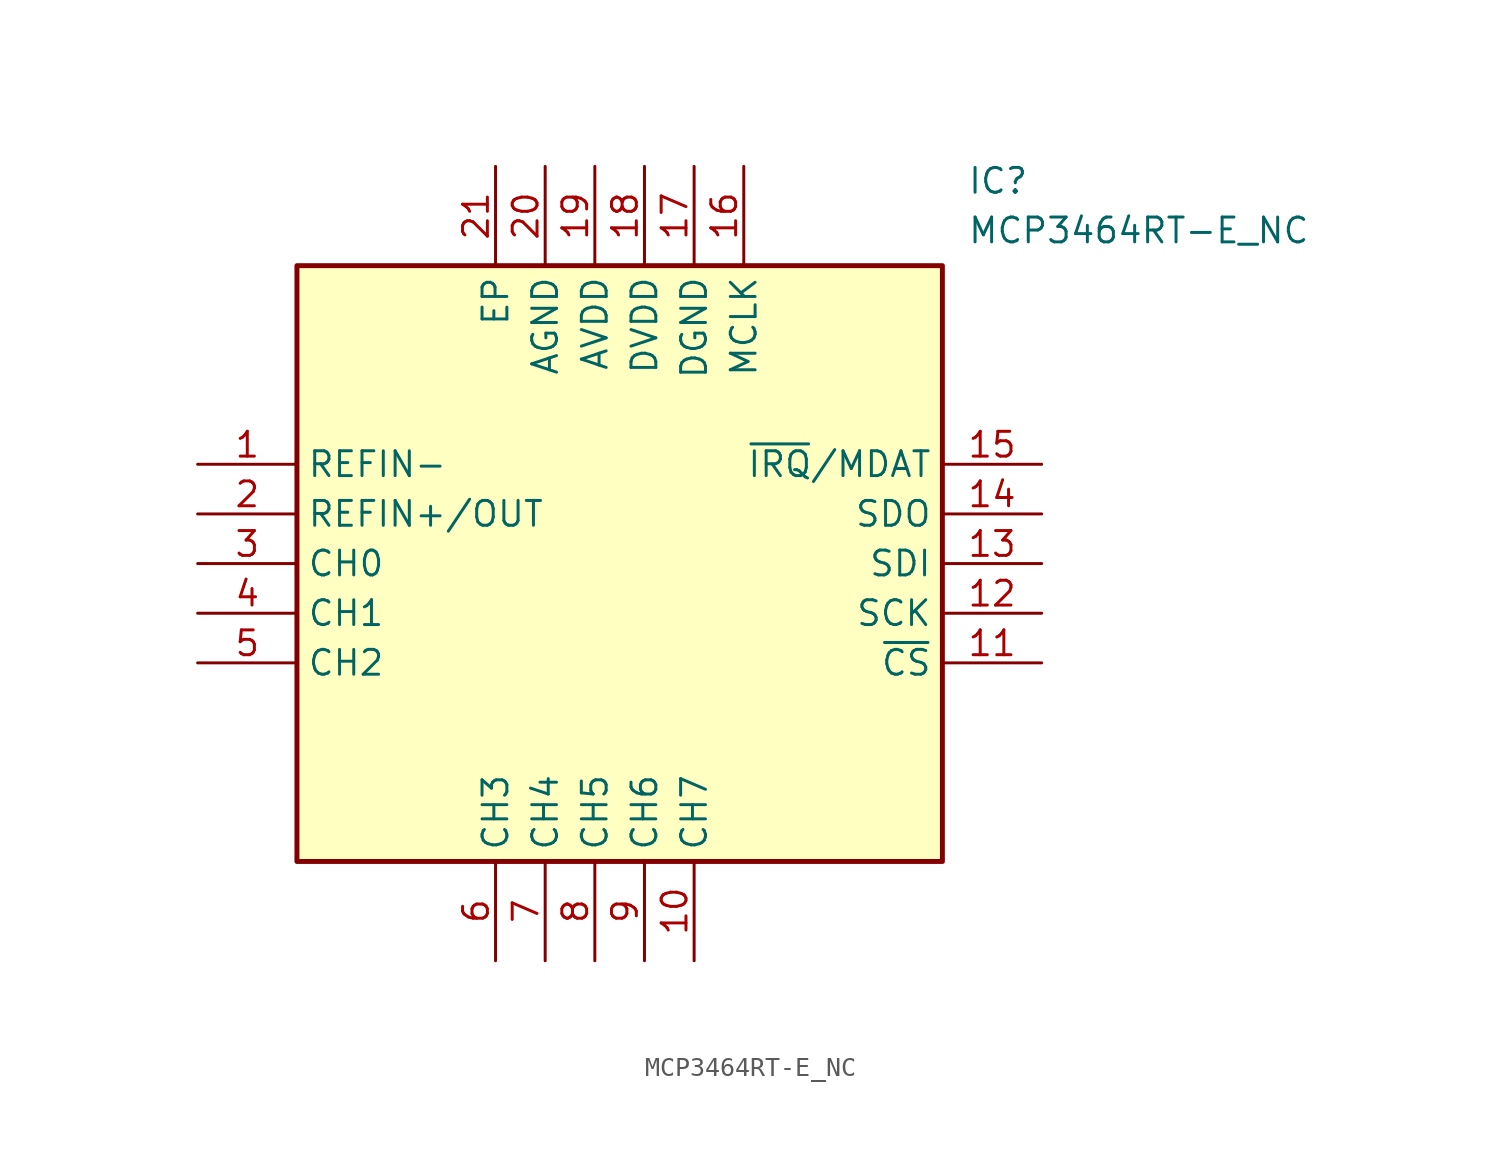
<source format=kicad_sym>
(kicad_symbol_lib
  (version 20211014)
  (generator SamacSys_ECAD_Model)
  (symbol "MCP3464RT-E_NC"
    (property "Reference" "IC"
      (at 39.37 15.24 0)
      (effects (font (size 1.27 1.27)) (justify left top)))
    (property "Value" "MCP3464RT-E_NC"
      (at 39.37 12.7 0)
      (effects (font (size 1.27 1.27)) (justify left top)))
    (rectangle
      (start 5.08 10.16)
      (end 38.1 -20.32)
      (stroke (width 0.254) (type default))
      (fill (type background)))
    (pin passive line
      (at 0 0 0)
      (length 5.08)
      (name "REFIN-" (effects (font (size 1.27 1.27))))
      (number "1" (effects (font (size 1.27 1.27)))))
    (pin passive line
      (at 0 -2.54 0)
      (length 5.08)
      (name "REFIN+/OUT" (effects (font (size 1.27 1.27))))
      (number "2" (effects (font (size 1.27 1.27)))))
    (pin passive line
      (at 0 -5.08 0)
      (length 5.08)
      (name "CH0" (effects (font (size 1.27 1.27))))
      (number "3" (effects (font (size 1.27 1.27)))))
    (pin passive line
      (at 0 -7.62 0)
      (length 5.08)
      (name "CH1" (effects (font (size 1.27 1.27))))
      (number "4" (effects (font (size 1.27 1.27)))))
    (pin passive line
      (at 0 -10.16 0)
      (length 5.08)
      (name "CH2" (effects (font (size 1.27 1.27))))
      (number "5" (effects (font (size 1.27 1.27)))))
    (pin passive line
      (at 15.24 -25.4 90)
      (length 5.08)
      (name "CH3" (effects (font (size 1.27 1.27))))
      (number "6" (effects (font (size 1.27 1.27)))))
    (pin passive line
      (at 17.78 -25.4 90)
      (length 5.08)
      (name "CH4" (effects (font (size 1.27 1.27))))
      (number "7" (effects (font (size 1.27 1.27)))))
    (pin passive line
      (at 20.32 -25.4 90)
      (length 5.08)
      (name "CH5" (effects (font (size 1.27 1.27))))
      (number "8" (effects (font (size 1.27 1.27)))))
    (pin passive line
      (at 22.86 -25.4 90)
      (length 5.08)
      (name "CH6" (effects (font (size 1.27 1.27))))
      (number "9" (effects (font (size 1.27 1.27)))))
    (pin passive line
      (at 25.4 -25.4 90)
      (length 5.08)
      (name "CH7" (effects (font (size 1.27 1.27))))
      (number "10" (effects (font (size 1.27 1.27)))))
    (pin passive line
      (at 43.18 0 180)
      (length 5.08)
      (name "~{IRQ}/MDAT" (effects (font (size 1.27 1.27))))
      (number "15" (effects (font (size 1.27 1.27)))))
    (pin passive line
      (at 43.18 -2.54 180)
      (length 5.08)
      (name "SDO" (effects (font (size 1.27 1.27))))
      (number "14" (effects (font (size 1.27 1.27)))))
    (pin passive line
      (at 43.18 -5.08 180)
      (length 5.08)
      (name "SDI" (effects (font (size 1.27 1.27))))
      (number "13" (effects (font (size 1.27 1.27)))))
    (pin passive line
      (at 43.18 -7.62 180)
      (length 5.08)
      (name "SCK" (effects (font (size 1.27 1.27))))
      (number "12" (effects (font (size 1.27 1.27)))))
    (pin passive line
      (at 43.18 -10.16 180)
      (length 5.08)
      (name "~{CS}" (effects (font (size 1.27 1.27))))
      (number "11" (effects (font (size 1.27 1.27)))))
    (pin passive line
      (at 15.24 15.24 270)
      (length 5.08)
      (name "EP" (effects (font (size 1.27 1.27))))
      (number "21" (effects (font (size 1.27 1.27)))))
    (pin passive line
      (at 17.78 15.24 270)
      (length 5.08)
      (name "AGND" (effects (font (size 1.27 1.27))))
      (number "20" (effects (font (size 1.27 1.27)))))
    (pin passive line
      (at 20.32 15.24 270)
      (length 5.08)
      (name "AVDD" (effects (font (size 1.27 1.27))))
      (number "19" (effects (font (size 1.27 1.27)))))
    (pin passive line
      (at 22.86 15.24 270)
      (length 5.08)
      (name "DVDD" (effects (font (size 1.27 1.27))))
      (number "18" (effects (font (size 1.27 1.27)))))
    (pin passive line
      (at 25.4 15.24 270)
      (length 5.08)
      (name "DGND" (effects (font (size 1.27 1.27))))
      (number "17" (effects (font (size 1.27 1.27)))))
    (pin passive line
      (at 27.94 15.24 270)
      (length 5.08)
      (name "MCLK" (effects (font (size 1.27 1.27))))
      (number "16" (effects (font (size 1.27 1.27)))))))
</source>
